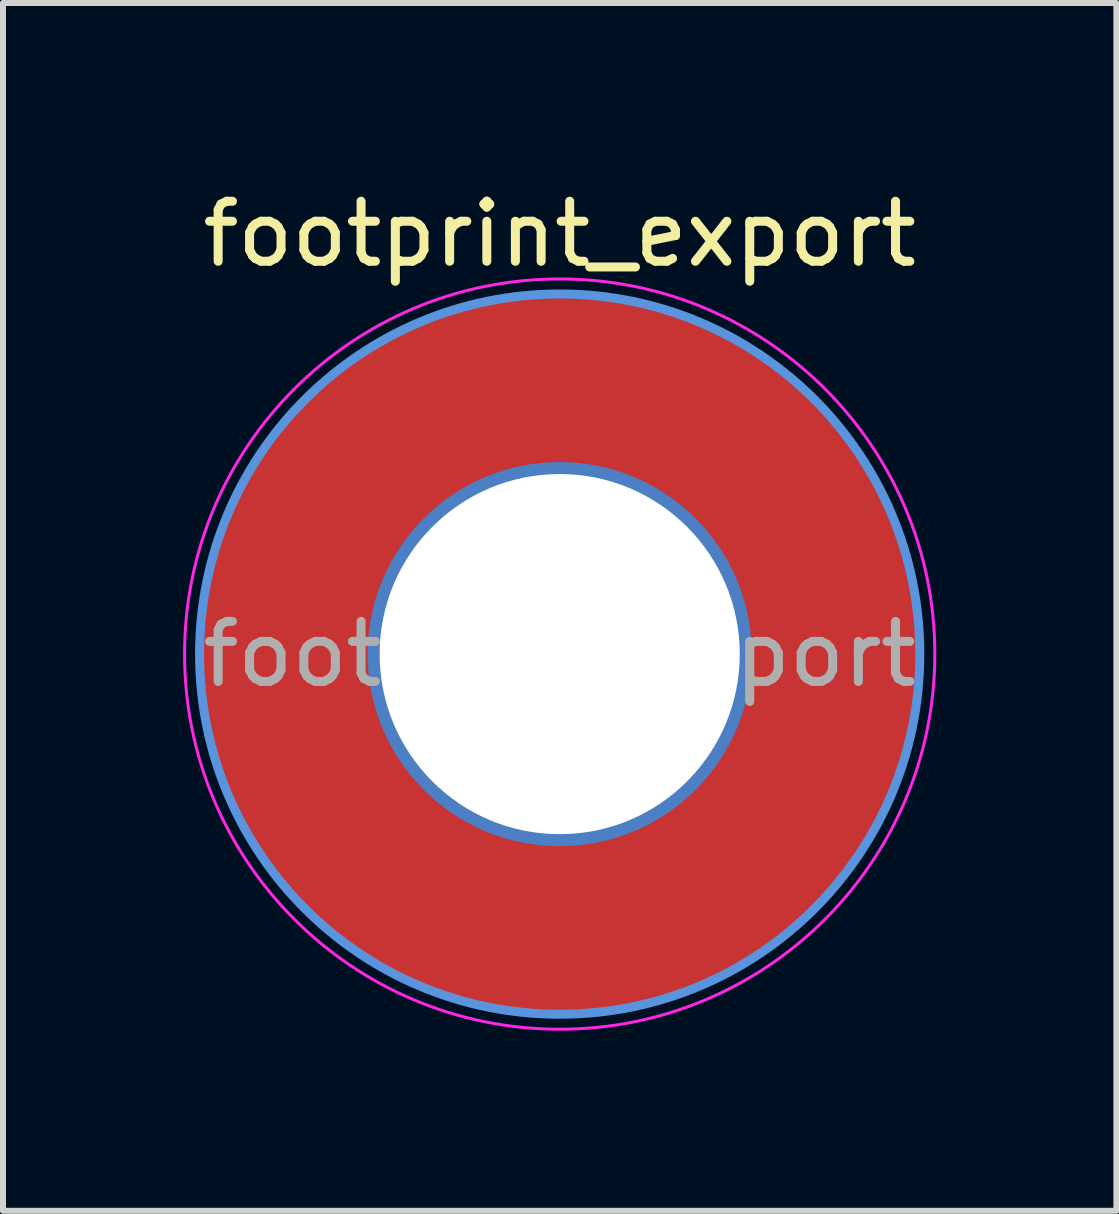
<source format=kicad_pcb>
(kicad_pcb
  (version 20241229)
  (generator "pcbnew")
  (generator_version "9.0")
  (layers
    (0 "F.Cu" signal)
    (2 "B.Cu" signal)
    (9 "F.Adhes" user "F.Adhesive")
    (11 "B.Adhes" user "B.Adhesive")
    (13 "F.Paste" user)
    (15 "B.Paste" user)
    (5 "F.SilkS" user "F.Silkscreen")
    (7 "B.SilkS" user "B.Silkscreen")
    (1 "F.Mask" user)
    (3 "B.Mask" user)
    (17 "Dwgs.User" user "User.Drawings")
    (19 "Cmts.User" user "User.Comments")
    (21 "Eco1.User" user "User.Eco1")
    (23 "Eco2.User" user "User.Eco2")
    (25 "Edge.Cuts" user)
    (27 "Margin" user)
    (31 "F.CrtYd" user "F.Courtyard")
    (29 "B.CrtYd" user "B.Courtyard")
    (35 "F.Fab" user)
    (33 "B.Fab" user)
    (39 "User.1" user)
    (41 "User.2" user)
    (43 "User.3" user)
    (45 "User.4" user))
  (footprint "footprint_export"
    (layer "F.Cu")
    (at 6.275 7.848)
    (property "Reference" "footprint_export" (at 0 -7 0) (layer "F.SilkS") (effects (font (size 1 1) (thickness 0.15))))
    (attr exclude_from_pos_files exclude_from_bom)
    (fp_circle (center 0 0) (end 6 0) (stroke (width 0.15) (type solid)) (fill no) (layer "Cmts.User"))
    (fp_circle (center 0 0) (end 6.25 0) (stroke (width 0.05) (type solid)) (fill no) (layer "F.CrtYd"))
    (fp_text user "${REFERENCE}" (at 0 0 0) (layer "F.Fab") (effects (font (size 1 1) (thickness 0.15))))
    (pad "1" thru_hole circle (at 0 0) (size 6.4 6.4) (drill 6) (layers "*.Cu" "*.Mask"))
    (pad "1" connect circle (at 0 0) (size 12 12) (layers "F.Cu" "F.Mask")))
  (gr_rect
    (start -3 -3)
    (end 15.55 17.123)
    (stroke (width 0.1) (type default))
    (fill no)
    (layer "Edge.Cuts")))
</source>
